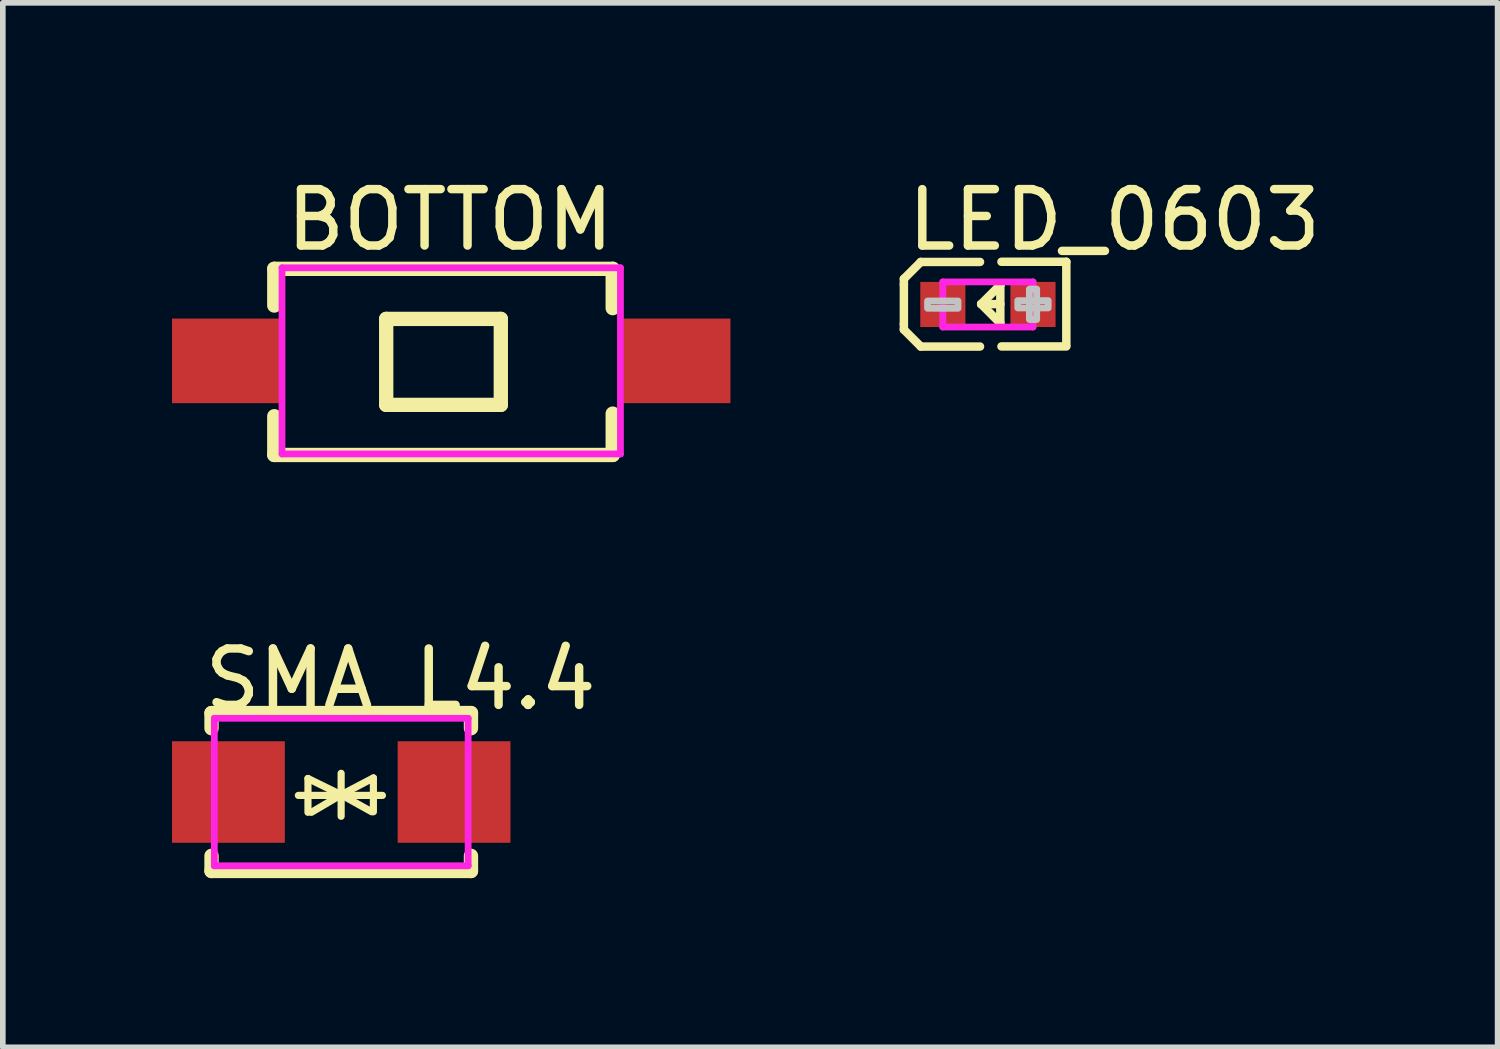
<source format=kicad_pcb>
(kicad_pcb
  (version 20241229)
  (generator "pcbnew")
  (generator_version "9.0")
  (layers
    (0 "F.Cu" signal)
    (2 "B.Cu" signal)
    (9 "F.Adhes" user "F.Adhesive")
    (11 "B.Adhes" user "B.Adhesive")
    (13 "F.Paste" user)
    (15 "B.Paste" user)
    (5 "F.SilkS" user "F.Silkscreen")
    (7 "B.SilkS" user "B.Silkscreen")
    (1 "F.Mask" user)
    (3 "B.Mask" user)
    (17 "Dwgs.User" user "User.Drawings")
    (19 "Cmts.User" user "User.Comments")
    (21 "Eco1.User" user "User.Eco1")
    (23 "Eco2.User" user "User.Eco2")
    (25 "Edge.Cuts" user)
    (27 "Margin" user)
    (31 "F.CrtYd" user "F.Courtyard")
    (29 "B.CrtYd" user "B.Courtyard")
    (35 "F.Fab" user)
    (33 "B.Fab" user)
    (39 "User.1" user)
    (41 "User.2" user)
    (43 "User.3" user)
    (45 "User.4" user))
  (footprint "SMA_L4.4"
    (layer "F.Cu")
    (at 3 10.992)
    (property "Reference" "SMA_L4.4" (at -2.5 -2 0) (layer "F.SilkS") (effects (font (size 1 1) (thickness 0.15)) (justify left)))
    (attr through_hole)
    (fp_line (start -2.3 -1.4) (end -2.3 -1.131) (stroke (width 0.254) (type solid)) (layer "F.SilkS"))
    (fp_line (start -2.3 -1.4) (end 2.3 -1.4) (stroke (width 0.254) (type solid)) (layer "F.SilkS"))
    (fp_line (start -2.3 1.131) (end -2.3 1.4) (stroke (width 0.254) (type solid)) (layer "F.SilkS"))
    (fp_line (start -2.3 1.4) (end 2.3 1.4) (stroke (width 0.254) (type solid)) (layer "F.SilkS"))
    (fp_line (start -0.76 0.06) (end 0.73 0.06) (stroke (width 0.127) (type solid)) (layer "F.SilkS"))
    (fp_line (start -0.59 -0.24) (end -0.59 0.36) (stroke (width 0.127) (type solid)) (layer "F.SilkS"))
    (fp_line (start -0.59 -0.24) (end -0.002 0.049) (stroke (width 0.127) (type solid)) (layer "F.SilkS"))
    (fp_line (start -0.53 0.36) (end -0.002 0.049) (stroke (width 0.127) (type solid)) (layer "F.SilkS"))
    (fp_line (start -0.002 0.049) (end -0.002 -0.332) (stroke (width 0.127) (type solid)) (layer "F.SilkS"))
    (fp_line (start -0.002 0.049) (end -0.002 0.43) (stroke (width 0.127) (type solid)) (layer "F.SilkS"))
    (fp_line (start 0.54 0.35) (end -0.002 0.049) (stroke (width 0.127) (type solid)) (layer "F.SilkS"))
    (fp_line (start 0.57 -0.25) (end -0.002 0.049) (stroke (width 0.127) (type solid)) (layer "F.SilkS"))
    (fp_line (start 0.57 -0.25) (end 0.57 0.35) (stroke (width 0.127) (type solid)) (layer "F.SilkS"))
    (fp_line (start 2.3 -1.4) (end 2.3 -1.131) (stroke (width 0.254) (type solid)) (layer "F.SilkS"))
    (fp_line (start 2.3 1.131) (end 2.3 1.4) (stroke (width 0.254) (type solid)) (layer "F.SilkS"))
    (fp_circle (center -2.543 1.308) (end -2.513 1.308) (stroke (width 0.06) (type solid)) (fill no) (layer "Eco2.User"))
    (fp_poly (pts (xy -2.542 0.725) (xy -2.542 -0.725) (xy -1.458 -0.725) (xy -1.458 0.725)) (stroke (width 0.12) (type solid)) (fill no) (layer "Eco2.User"))
    (fp_poly (pts (xy 1.458 0.725) (xy 1.458 -0.725) (xy 2.542 -0.725) (xy 2.542 0.725)) (stroke (width 0.12) (type solid)) (fill no) (layer "Eco2.User"))
    (fp_line (start -2.25 -1.307) (end 2.25 -1.307) (stroke (width 0.12) (type solid)) (layer "F.CrtYd"))
    (fp_line (start -2.25 1.308) (end -2.25 -1.307) (stroke (width 0.12) (type solid)) (layer "F.CrtYd"))
    (fp_line (start 2.25 -1.307) (end 2.25 1.308) (stroke (width 0.12) (type solid)) (layer "F.CrtYd"))
    (fp_line (start 2.25 1.308) (end -2.25 1.308) (stroke (width 0.12) (type solid)) (layer "F.CrtYd"))
    (pad "1" smd rect (at -2 0) (size 2 1.8) (layers "F.Cu" "F.Mask" "F.Paste"))
    (pad "2" smd rect (at 2 0) (size 2 1.8) (layers "F.Cu" "F.Mask" "F.Paste")))
  (footprint "LED_0603"
    (layer "F.Cu")
    (at 14.465 2.348)
    (property "Reference" "LED_0603" (at -1.5 -1.5 0) (layer "F.SilkS") (effects (font (size 1 1) (thickness 0.15)) (justify left)))
    (attr through_hole)
    (fp_line (start -1.49 -0.454) (end -1.19 -0.754) (stroke (width 0.15) (type solid)) (layer "F.SilkS"))
    (fp_line (start -1.49 -0.354) (end -1.49 -0.454) (stroke (width 0.15) (type solid)) (layer "F.SilkS"))
    (fp_line (start -1.49 -0.354) (end -1.49 0.346) (stroke (width 0.15) (type solid)) (layer "F.SilkS"))
    (fp_line (start -1.49 0.346) (end -1.49 0.446) (stroke (width 0.15) (type solid)) (layer "F.SilkS"))
    (fp_line (start -1.49 0.446) (end -1.19 0.746) (stroke (width 0.15) (type solid)) (layer "F.SilkS"))
    (fp_line (start -0.14 -0.754) (end -1.19 -0.754) (stroke (width 0.15) (type solid)) (layer "F.SilkS"))
    (fp_line (start -0.14 0.746) (end -1.19 0.746) (stroke (width 0.15) (type solid)) (layer "F.SilkS"))
    (fp_line (start 0.21 0.324) (end -0.12 -0.007) (stroke (width 0.15) (type solid)) (layer "F.SilkS"))
    (fp_line (start 0.22 -0.357) (end 0.22 -0.347) (stroke (width 0.15) (type solid)) (layer "F.SilkS"))
    (fp_line (start 0.22 -0.357) (end 0.22 0.324) (stroke (width 0.15) (type solid)) (layer "F.SilkS"))
    (fp_line (start 0.22 -0.347) (end -0.12 -0.007) (stroke (width 0.15) (type solid)) (layer "F.SilkS"))
    (fp_line (start 0.22 -0.007) (end -0.12 -0.007) (stroke (width 0.15) (type solid)) (layer "F.SilkS"))
    (fp_line (start 0.22 0.324) (end 0.21 0.324) (stroke (width 0.15) (type solid)) (layer "F.SilkS"))
    (fp_line (start 0.24 -0.757) (end 1.39 -0.757) (stroke (width 0.15) (type solid)) (layer "F.SilkS"))
    (fp_line (start 0.24 0.744) (end 1.39 0.744) (stroke (width 0.15) (type solid)) (layer "F.SilkS"))
    (fp_line (start 1.39 -0.756) (end 1.39 0.723) (stroke (width 0.15) (type solid)) (layer "F.SilkS"))
    (fp_poly (pts (xy -1.07 -0.062) (xy -0.53 -0.062) (xy -0.53 0.068) (xy -1.07 0.068)) (stroke (width 0.12) (type solid)) (fill no) (layer "Dwgs.User"))
    (fp_poly (pts (xy 0.529 -0.068) (xy 1.069 -0.068) (xy 1.069 0.062) (xy 0.529 0.062)) (stroke (width 0.12) (type solid)) (fill no) (layer "Dwgs.User"))
    (fp_poly (pts (xy 0.735 0.267) (xy 0.735 -0.273) (xy 0.865 -0.273) (xy 0.865 0.267)) (stroke (width 0.12) (type solid)) (fill no) (layer "Dwgs.User"))
    (fp_circle (center -0.799 0.403) (end -0.769 0.403) (stroke (width 0.06) (type solid)) (fill no) (layer "Eco2.User"))
    (fp_poly (pts (xy -0.8 0.403) (xy -0.8 -0.397) (xy -0.5 -0.397) (xy -0.5 0.403)) (stroke (width 0.12) (type solid)) (fill no) (layer "Eco2.User"))
    (fp_poly (pts (xy 0.5 0.396) (xy 0.5 -0.404) (xy 0.8 -0.404) (xy 0.8 0.396)) (stroke (width 0.12) (type solid)) (fill no) (layer "Eco2.User"))
    (fp_line (start -0.8 -0.4) (end 0.8 -0.4) (stroke (width 0.12) (type solid)) (layer "F.CrtYd"))
    (fp_line (start -0.8 0.4) (end -0.8 -0.4) (stroke (width 0.12) (type solid)) (layer "F.CrtYd"))
    (fp_line (start 0.8 -0.4) (end 0.8 0.4) (stroke (width 0.12) (type solid)) (layer "F.CrtYd"))
    (fp_line (start 0.8 0.4) (end -0.8 0.4) (stroke (width 0.12) (type solid)) (layer "F.CrtYd"))
    (pad "1" smd rect (at -0.799 0 90) (size 0.8 0.8) (layers "F.Cu" "F.Mask" "F.Paste"))
    (pad "2" smd rect (at 0.799 0 90) (size 0.8 0.8) (layers "F.Cu" "F.Mask" "F.Paste")))
  (footprint "BOTTOM"
    (layer "F.Cu")
    (at 4.95 3.348)
    (property "Reference" "BOTTOM" (at -3 -2.5 0) (layer "F.SilkS") (effects (font (size 1 1) (thickness 0.15)) (justify left)))
    (attr through_hole)
    (fp_line (start -3.137 -1.632) (end -3.137 -0.981) (stroke (width 0.254) (type solid)) (layer "F.SilkS"))
    (fp_line (start -3.137 -1.632) (end 2.863 -1.632) (stroke (width 0.254) (type solid)) (layer "F.SilkS"))
    (fp_line (start -3.137 0.981) (end -3.137 1.668) (stroke (width 0.254) (type solid)) (layer "F.SilkS"))
    (fp_line (start -1.153 -0.744) (end 0.879 -0.744) (stroke (width 0.254) (type solid)) (layer "F.SilkS"))
    (fp_line (start -1.153 0.78) (end -1.153 -0.744) (stroke (width 0.254) (type solid)) (layer "F.SilkS"))
    (fp_line (start 0.879 -0.744) (end 0.879 0.78) (stroke (width 0.254) (type solid)) (layer "F.SilkS"))
    (fp_line (start 0.879 0.78) (end -1.153 0.78) (stroke (width 0.254) (type solid)) (layer "F.SilkS"))
    (fp_line (start 2.863 -0.935) (end 2.863 -1.632) (stroke (width 0.254) (type solid)) (layer "F.SilkS"))
    (fp_line (start 2.863 1.668) (end -3.137 1.668) (stroke (width 0.254) (type solid)) (layer "F.SilkS"))
    (fp_line (start 2.863 1.668) (end 2.863 0.935) (stroke (width 0.254) (type solid)) (layer "F.SilkS"))
    (fp_line (start -3.62 -0.45) (end -2.99 -0.45) (stroke (width 0.12) (type solid)) (layer "Eco2.User"))
    (fp_line (start -3.62 0.45) (end -3.62 -0.45) (stroke (width 0.12) (type solid)) (layer "Eco2.User"))
    (fp_line (start -2.99 -0.45) (end -2.99 0.45) (stroke (width 0.12) (type solid)) (layer "Eco2.User"))
    (fp_line (start -2.99 0.45) (end -3.62 0.45) (stroke (width 0.12) (type solid)) (layer "Eco2.User"))
    (fp_line (start 2.99 -0.45) (end 3.62 -0.45) (stroke (width 0.12) (type solid)) (layer "Eco2.User"))
    (fp_line (start 2.99 0.45) (end 2.99 -0.45) (stroke (width 0.12) (type solid)) (layer "Eco2.User"))
    (fp_line (start 3.62 -0.45) (end 3.62 0.45) (stroke (width 0.12) (type solid)) (layer "Eco2.User"))
    (fp_line (start 3.62 0.45) (end 2.99 0.45) (stroke (width 0.12) (type solid)) (layer "Eco2.User"))
    (fp_circle (center -3.999 1.65) (end -3.969 1.65) (stroke (width 0.06) (type solid)) (fill no) (layer "Eco2.User"))
    (fp_poly (pts (xy -3.999 0.45) (xy -3.999 -0.45) (xy -3.299 -0.45) (xy -3.299 0.45)) (stroke (width 0.12) (type solid)) (fill no) (layer "Eco2.User"))
    (fp_poly (pts (xy 3.3 0.45) (xy 3.3 -0.45) (xy 4 -0.45) (xy 4 0.45)) (stroke (width 0.12) (type solid)) (fill no) (layer "Eco2.User"))
    (fp_line (start -3 -1.65) (end 3 -1.65) (stroke (width 0.12) (type solid)) (layer "F.CrtYd"))
    (fp_line (start -3 1.65) (end -3 -1.65) (stroke (width 0.12) (type solid)) (layer "F.CrtYd"))
    (fp_line (start 3 -1.65) (end 3 1.65) (stroke (width 0.12) (type solid)) (layer "F.CrtYd"))
    (fp_line (start 3 1.65) (end -3 1.65) (stroke (width 0.12) (type solid)) (layer "F.CrtYd"))
    (pad "1" smd rect (at -4 0) (size 1.9 1.5) (layers "F.Cu" "F.Mask" "F.Paste"))
    (pad "2" smd rect (at 4 0) (size 1.9 1.5) (layers "F.Cu" "F.Mask" "F.Paste")))
  (gr_rect
    (start -3 -3)
    (end 23.501 15.518)
    (stroke (width 0.1) (type default))
    (fill no)
    (layer "Edge.Cuts")))
</source>
